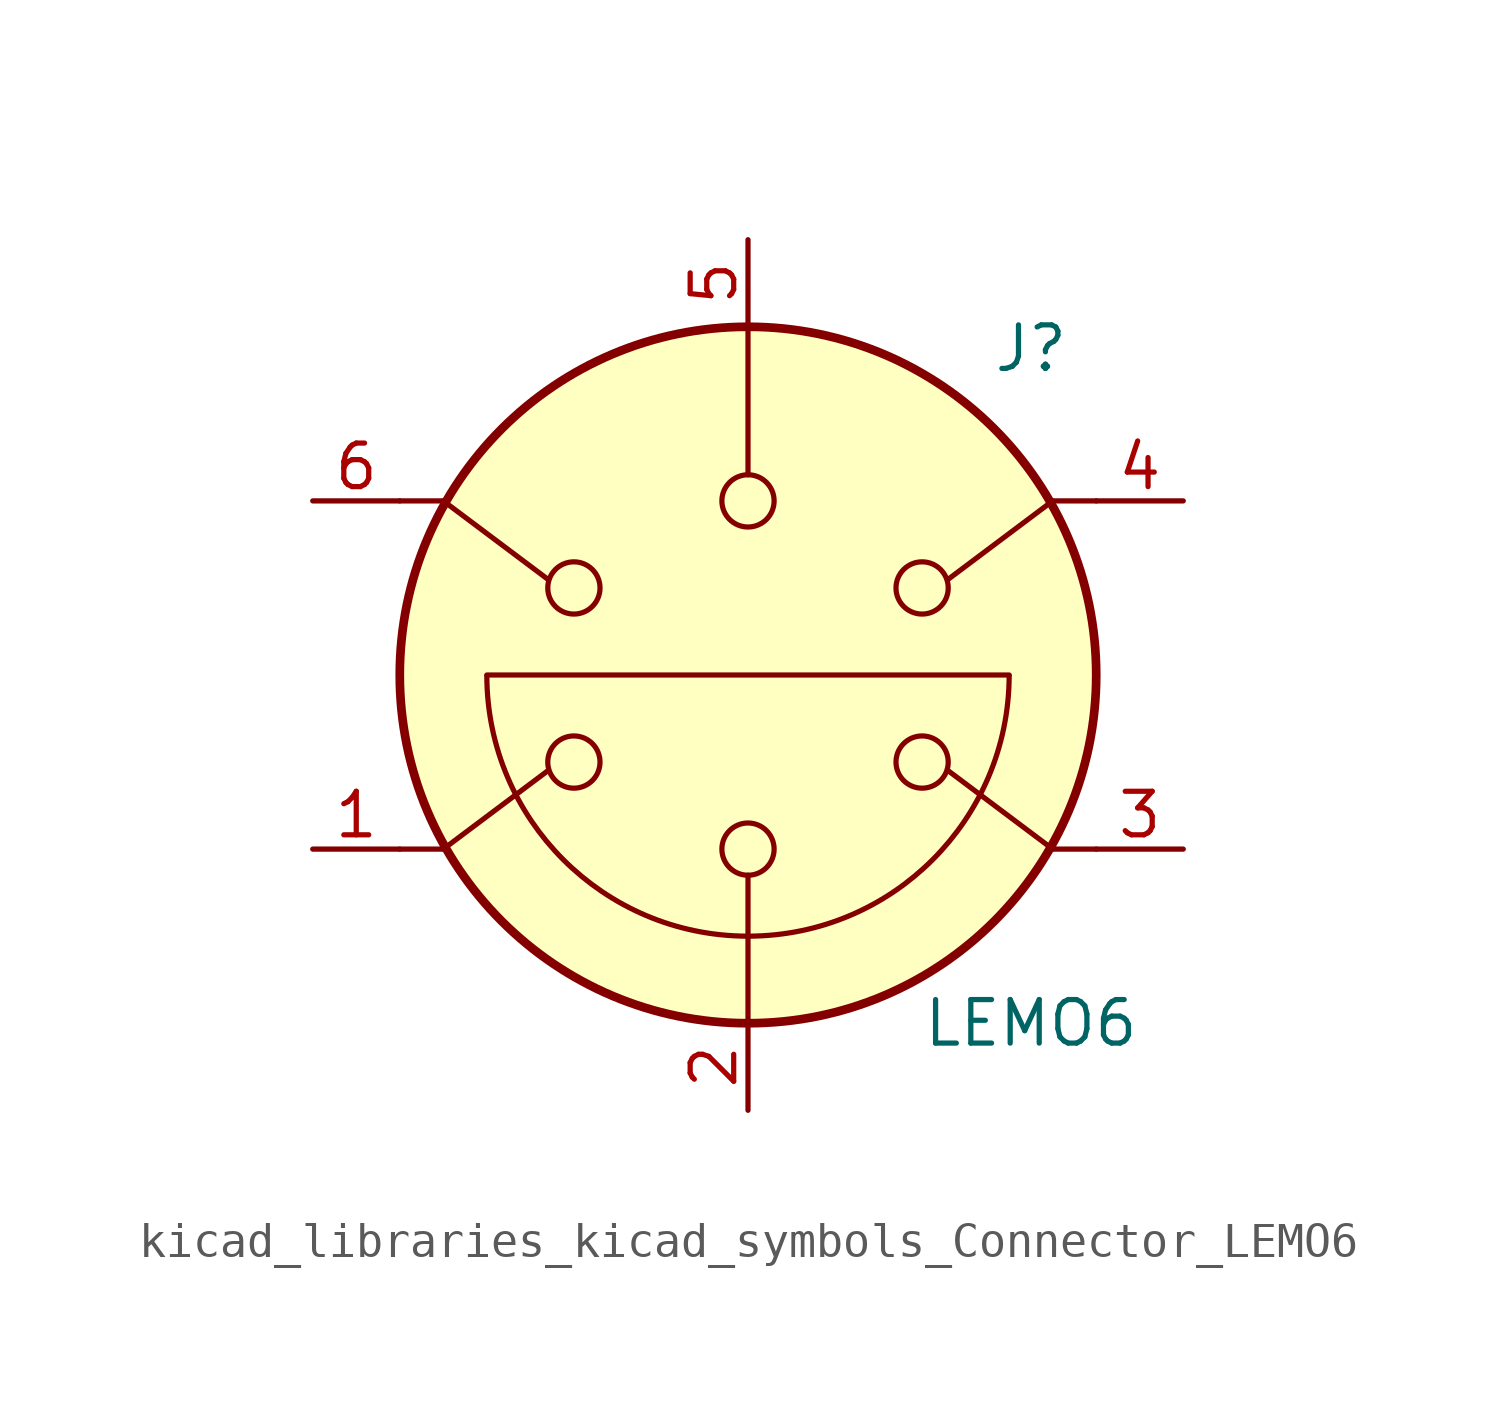
<source format=kicad_sym>
(kicad_symbol_lib
  (version 20220914)
  (generator kicad_symbol_editor)
  (symbol "kicad_libraries_kicad_symbols_Connector_LEMO6"
    (pin_names
      (offset 1.016) hide)
    (property "Reference" "J"
      (at 8.255 9.525 0)
      (effects (font (size 1.27 1.27))))
    (property "Value" "LEMO6"
      (at 8.255 -10.16 0)
      (effects (font (size 1.27 1.27))))
    (symbol "kicad_libraries_kicad_symbols_Connector_LEMO6_0_1"
      (arc (start -7.62 -0.0254) (mid -5.3882 -5.3882) (end -0.0254 -7.62) (stroke (width 0) (type default)) (fill (type none)))
      (circle (center -5.08 -2.54) (radius 0.762) (stroke (width 0) (type default)) (fill (type none)))
      (circle (center -5.08 2.54) (radius 0.762) (stroke (width 0) (type default)) (fill (type none)))
      (circle (center 0 -5.08) (radius 0.762) (stroke (width 0) (type default)) (fill (type none)))
      (polyline (pts (xy -10.16 5.08) (xy -8.89 5.08)) (stroke (width 0) (type default)) (fill (type none)))
      (polyline (pts (xy -8.89 -5.08) (xy -10.16 -5.08)) (stroke (width 0) (type default)) (fill (type none)))
      (polyline (pts (xy -8.89 -5.08) (xy -5.842 -2.794)) (stroke (width 0) (type default)) (fill (type none)))
      (polyline (pts (xy -8.89 5.08) (xy -5.842 2.794)) (stroke (width 0) (type default)) (fill (type none)))
      (polyline (pts (xy -7.62 0) (xy 7.62 0)) (stroke (width 0) (type default)) (fill (type none)))
      (polyline (pts (xy 0 -10.16) (xy 0 -5.842)) (stroke (width 0) (type default)) (fill (type none)))
      (polyline (pts (xy 0 10.16) (xy 0 5.842)) (stroke (width 0) (type default)) (fill (type none)))
      (polyline (pts (xy 8.89 -5.08) (xy 5.842 -2.794)) (stroke (width 0) (type default)) (fill (type none)))
      (polyline (pts (xy 8.89 -5.08) (xy 10.16 -5.08)) (stroke (width 0) (type default)) (fill (type none)))
      (polyline (pts (xy 8.89 5.08) (xy 5.842 2.794)) (stroke (width 0) (type default)) (fill (type none)))
      (polyline (pts (xy 10.16 5.08) (xy 8.89 5.08)) (stroke (width 0) (type default)) (fill (type none)))
      (circle (center 0 0) (radius 10.16) (stroke (width 0.254) (type default)) (fill (type background)))
      (circle (center 0 5.08) (radius 0.762) (stroke (width 0) (type default)) (fill (type none)))
      (arc (start 0.0254 -7.62) (mid 5.3882 -5.3882) (end 7.62 -0.0254) (stroke (width 0) (type default)) (fill (type none)))
      (circle (center 5.08 -2.54) (radius 0.762) (stroke (width 0) (type default)) (fill (type none)))
      (circle (center 5.08 2.54) (radius 0.762) (stroke (width 0) (type default)) (fill (type none))))
    (symbol "kicad_libraries_kicad_symbols_Connector_LEMO6_1_1"
      (pin passive line (at -12.7 -5.08 0) (length 2.54) (name "~" (effects (font (size 1.27 1.27)))) (number "1" (effects (font (size 1.27 1.27)))))
      (pin passive line (at 0 -12.7 90) (length 2.54) (name "~" (effects (font (size 1.27 1.27)))) (number "2" (effects (font (size 1.27 1.27)))))
      (pin passive line (at 12.7 -5.08 180) (length 2.54) (name "~" (effects (font (size 1.27 1.27)))) (number "3" (effects (font (size 1.27 1.27)))))
      (pin passive line (at 12.7 5.08 180) (length 2.54) (name "~" (effects (font (size 1.27 1.27)))) (number "4" (effects (font (size 1.27 1.27)))))
      (pin passive line (at 0 12.7 270) (length 2.54) (name "~" (effects (font (size 1.27 1.27)))) (number "5" (effects (font (size 1.27 1.27)))))
      (pin passive line (at -12.7 5.08 0) (length 2.54) (name "~" (effects (font (size 1.27 1.27)))) (number "6" (effects (font (size 1.27 1.27))))))))
</source>
